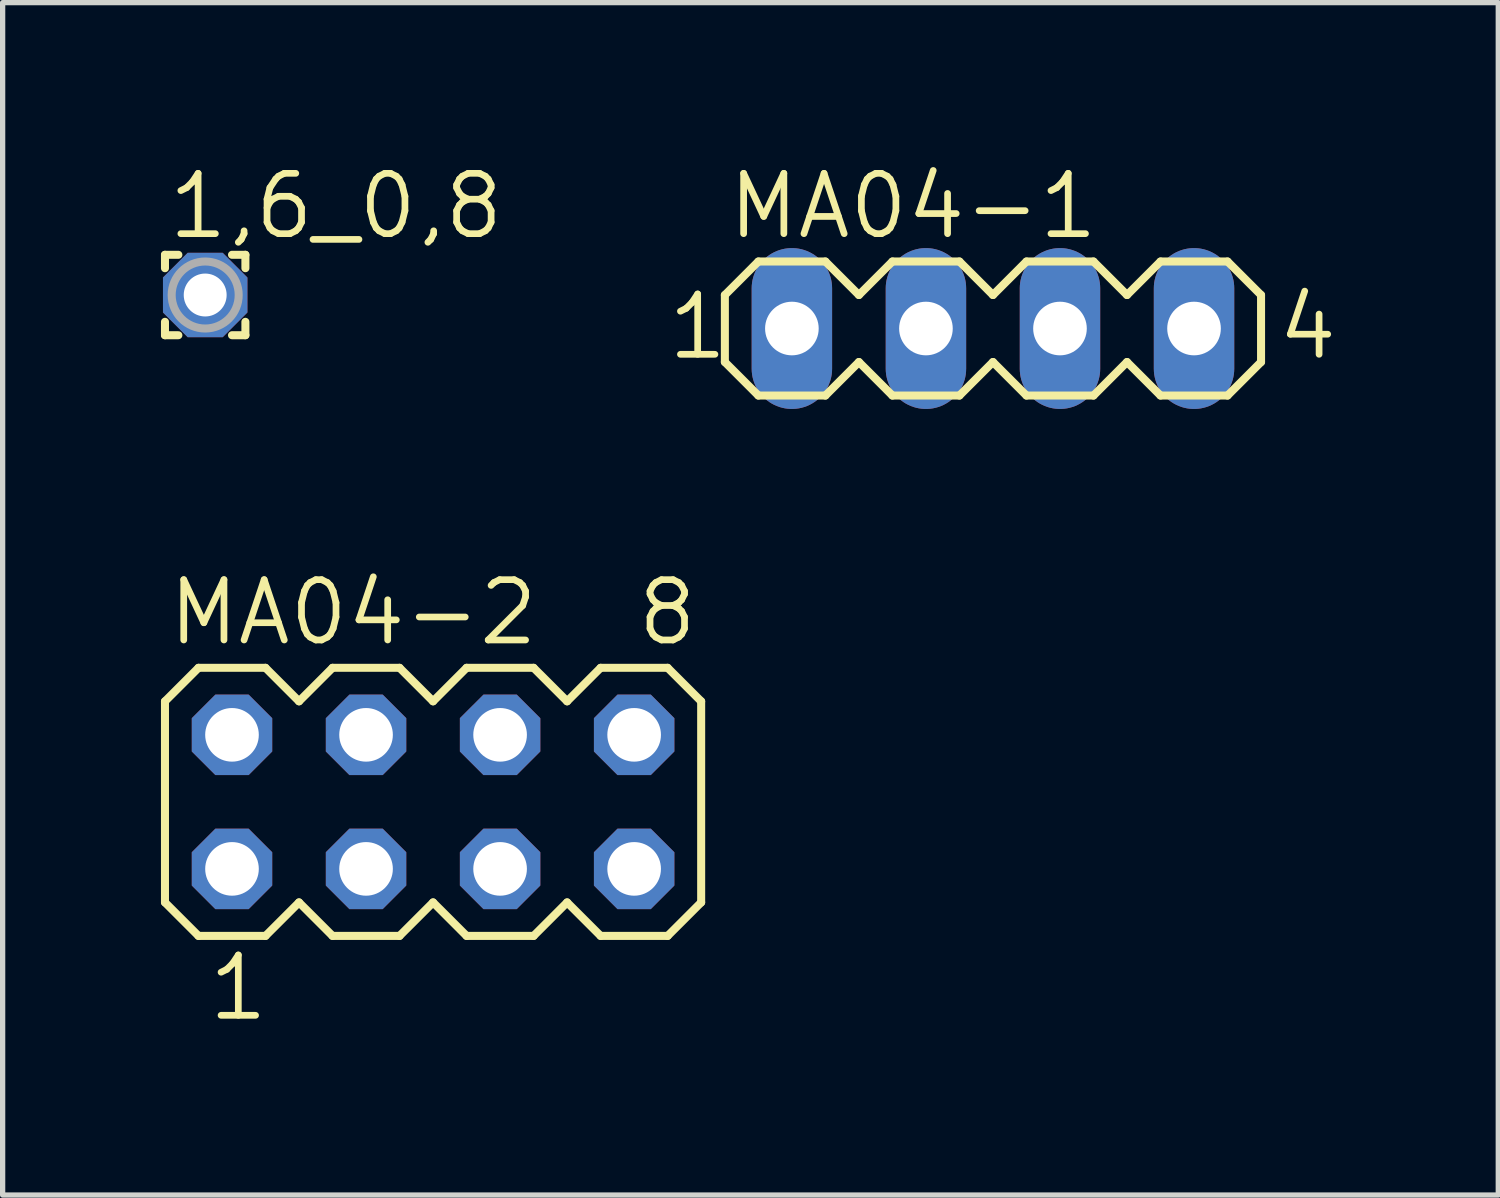
<source format=kicad_pcb>
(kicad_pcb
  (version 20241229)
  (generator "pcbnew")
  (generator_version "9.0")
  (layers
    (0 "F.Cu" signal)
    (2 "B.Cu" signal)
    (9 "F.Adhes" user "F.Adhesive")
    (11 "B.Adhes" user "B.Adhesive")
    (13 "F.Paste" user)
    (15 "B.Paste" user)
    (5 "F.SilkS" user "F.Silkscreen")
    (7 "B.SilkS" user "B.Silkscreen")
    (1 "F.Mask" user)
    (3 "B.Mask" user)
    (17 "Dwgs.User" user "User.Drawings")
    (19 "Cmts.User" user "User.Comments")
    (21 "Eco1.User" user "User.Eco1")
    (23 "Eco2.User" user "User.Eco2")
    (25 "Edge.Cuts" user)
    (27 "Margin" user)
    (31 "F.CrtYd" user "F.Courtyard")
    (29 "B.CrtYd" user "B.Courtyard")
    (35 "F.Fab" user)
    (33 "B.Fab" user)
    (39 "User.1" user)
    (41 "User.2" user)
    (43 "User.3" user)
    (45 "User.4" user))
  (footprint "1,6_0,8"
    (layer "F.Cu")
    (at 0.838 2.54)
    (property "Reference" "1,6_0,8" (at -0.762 -1.016 0) (unlocked yes) (layer "F.SilkS") (effects (font (size 1.143 1.143) (thickness 0.127)) (justify left bottom)))
    (fp_line (start -0.762 -0.762) (end -0.762 -0.508) (stroke (width 0.152) (type solid)) (layer "F.SilkS"))
    (fp_line (start -0.762 -0.762) (end -0.508 -0.762) (stroke (width 0.152) (type solid)) (layer "F.SilkS"))
    (fp_line (start -0.762 0.762) (end -0.762 0.508) (stroke (width 0.152) (type solid)) (layer "F.SilkS"))
    (fp_line (start -0.508 0.762) (end -0.762 0.762) (stroke (width 0.152) (type solid)) (layer "F.SilkS"))
    (fp_line (start 0.762 -0.762) (end 0.508 -0.762) (stroke (width 0.152) (type solid)) (layer "F.SilkS"))
    (fp_line (start 0.762 -0.762) (end 0.762 -0.508) (stroke (width 0.152) (type solid)) (layer "F.SilkS"))
    (fp_line (start 0.762 0.508) (end 0.762 0.762) (stroke (width 0.152) (type solid)) (layer "F.SilkS"))
    (fp_line (start 0.762 0.762) (end 0.508 0.762) (stroke (width 0.152) (type solid)) (layer "F.SilkS"))
    (fp_circle (center 0 0) (end 0.635 0) (stroke (width 0.152) (type solid)) (fill no) (layer "F.Fab"))
    (pad "1" thru_hole roundrect (at 0 0) (size 1.6 1.6) (drill 0.813) (layers "*.Cu" "*.Mask") (roundrect_rratio 0.25) (chamfer_ratio 0.293) (chamfer top_left top_right bottom_left bottom_right)))
  (footprint "MA04-1"
    (layer "F.Cu")
    (at 15.765 3.175)
    (property "Reference" "MA04-1" (at -5.08 -1.651 0) (unlocked yes) (layer "F.SilkS") (effects (font (size 1.143 1.143) (thickness 0.127)) (justify left bottom)))
    (fp_line (start -5.08 -0.635) (end -5.08 0.635) (stroke (width 0.152) (type solid)) (layer "F.SilkS"))
    (fp_line (start -5.08 0.635) (end -4.445 1.27) (stroke (width 0.152) (type solid)) (layer "F.SilkS"))
    (fp_line (start -4.445 -1.27) (end -5.08 -0.635) (stroke (width 0.152) (type solid)) (layer "F.SilkS"))
    (fp_line (start -4.445 -1.27) (end -3.175 -1.27) (stroke (width 0.152) (type solid)) (layer "F.SilkS"))
    (fp_line (start -3.175 -1.27) (end -2.54 -0.635) (stroke (width 0.152) (type solid)) (layer "F.SilkS"))
    (fp_line (start -3.175 1.27) (end -4.445 1.27) (stroke (width 0.152) (type solid)) (layer "F.SilkS"))
    (fp_line (start -2.54 -0.635) (end -1.905 -1.27) (stroke (width 0.152) (type solid)) (layer "F.SilkS"))
    (fp_line (start -2.54 0.635) (end -3.175 1.27) (stroke (width 0.152) (type solid)) (layer "F.SilkS"))
    (fp_line (start -1.905 -1.27) (end -0.635 -1.27) (stroke (width 0.152) (type solid)) (layer "F.SilkS"))
    (fp_line (start -1.905 1.27) (end -2.54 0.635) (stroke (width 0.152) (type solid)) (layer "F.SilkS"))
    (fp_line (start -0.635 -1.27) (end 0 -0.635) (stroke (width 0.152) (type solid)) (layer "F.SilkS"))
    (fp_line (start -0.635 1.27) (end -1.905 1.27) (stroke (width 0.152) (type solid)) (layer "F.SilkS"))
    (fp_line (start 0 -0.635) (end 0.635 -1.27) (stroke (width 0.152) (type solid)) (layer "F.SilkS"))
    (fp_line (start 0 0.635) (end -0.635 1.27) (stroke (width 0.152) (type solid)) (layer "F.SilkS"))
    (fp_line (start 0.635 -1.27) (end 1.905 -1.27) (stroke (width 0.152) (type solid)) (layer "F.SilkS"))
    (fp_line (start 0.635 1.27) (end 0 0.635) (stroke (width 0.152) (type solid)) (layer "F.SilkS"))
    (fp_line (start 1.905 -1.27) (end 2.54 -0.635) (stroke (width 0.152) (type solid)) (layer "F.SilkS"))
    (fp_line (start 1.905 1.27) (end 0.635 1.27) (stroke (width 0.152) (type solid)) (layer "F.SilkS"))
    (fp_line (start 2.54 0.635) (end 1.905 1.27) (stroke (width 0.152) (type solid)) (layer "F.SilkS"))
    (fp_line (start 2.54 0.635) (end 3.175 1.27) (stroke (width 0.152) (type solid)) (layer "F.SilkS"))
    (fp_line (start 3.175 -1.27) (end 2.54 -0.635) (stroke (width 0.152) (type solid)) (layer "F.SilkS"))
    (fp_line (start 3.175 -1.27) (end 4.445 -1.27) (stroke (width 0.152) (type solid)) (layer "F.SilkS"))
    (fp_line (start 4.445 -1.27) (end 5.08 -0.635) (stroke (width 0.152) (type solid)) (layer "F.SilkS"))
    (fp_line (start 4.445 1.27) (end 3.175 1.27) (stroke (width 0.152) (type solid)) (layer "F.SilkS"))
    (fp_line (start 5.08 -0.635) (end 5.08 0.635) (stroke (width 0.152) (type solid)) (layer "F.SilkS"))
    (fp_line (start 5.08 0.635) (end 4.445 1.27) (stroke (width 0.152) (type solid)) (layer "F.SilkS"))
    (fp_poly (pts (xy -4.064 0.254) (xy -3.556 0.254) (xy -3.556 -0.254) (xy -4.064 -0.254)) (stroke (width 0.1) (type default)) (fill no) (layer "F.Fab"))
    (fp_poly (pts (xy -1.524 0.254) (xy -1.016 0.254) (xy -1.016 -0.254) (xy -1.524 -0.254)) (stroke (width 0.1) (type default)) (fill no) (layer "F.Fab"))
    (fp_poly (pts (xy 1.016 0.254) (xy 1.524 0.254) (xy 1.524 -0.254) (xy 1.016 -0.254)) (stroke (width 0.1) (type default)) (fill no) (layer "F.Fab"))
    (fp_poly (pts (xy 3.556 0.254) (xy 4.064 0.254) (xy 4.064 -0.254) (xy 3.556 -0.254)) (stroke (width 0.1) (type default)) (fill no) (layer "F.Fab"))
    (fp_text user "1" (at -6.223 0.635 0) (unlocked yes) (layer "F.SilkS") (effects (font (size 1.143 1.143) (thickness 0.127)) (justify left bottom)))
    (fp_text user "4" (at 5.334 0.635 0) (unlocked yes) (layer "F.SilkS") (effects (font (size 1.143 1.143) (thickness 0.127)) (justify left bottom)))
    (pad "1" thru_hole oval (at -3.81 0 90) (size 3.048 1.524) (drill 1.016) (layers "*.Cu" "*.Mask"))
    (pad "2" thru_hole oval (at -1.27 0 90) (size 3.048 1.524) (drill 1.016) (layers "*.Cu" "*.Mask"))
    (pad "3" thru_hole oval (at 1.27 0 90) (size 3.048 1.524) (drill 1.016) (layers "*.Cu" "*.Mask"))
    (pad "4" thru_hole oval (at 3.81 0 90) (size 3.048 1.524) (drill 1.016) (layers "*.Cu" "*.Mask")))
  (footprint "MA04-2"
    (layer "F.Cu")
    (at 5.156 12.144)
    (property "Reference" "MA04-2" (at -5.08 -2.921 0) (unlocked yes) (layer "F.SilkS") (effects (font (size 1.143 1.143) (thickness 0.127)) (justify left bottom)))
    (fp_line (start -5.08 -1.905) (end -5.08 1.905) (stroke (width 0.152) (type solid)) (layer "F.SilkS"))
    (fp_line (start -5.08 1.905) (end -4.445 2.54) (stroke (width 0.152) (type solid)) (layer "F.SilkS"))
    (fp_line (start -4.445 -2.54) (end -5.08 -1.905) (stroke (width 0.152) (type solid)) (layer "F.SilkS"))
    (fp_line (start -4.445 -2.54) (end -3.175 -2.54) (stroke (width 0.152) (type solid)) (layer "F.SilkS"))
    (fp_line (start -3.175 -2.54) (end -2.54 -1.905) (stroke (width 0.152) (type solid)) (layer "F.SilkS"))
    (fp_line (start -3.175 2.54) (end -4.445 2.54) (stroke (width 0.152) (type solid)) (layer "F.SilkS"))
    (fp_line (start -2.54 -1.905) (end -1.905 -2.54) (stroke (width 0.152) (type solid)) (layer "F.SilkS"))
    (fp_line (start -2.54 1.905) (end -3.175 2.54) (stroke (width 0.152) (type solid)) (layer "F.SilkS"))
    (fp_line (start -1.905 -2.54) (end -0.635 -2.54) (stroke (width 0.152) (type solid)) (layer "F.SilkS"))
    (fp_line (start -1.905 2.54) (end -2.54 1.905) (stroke (width 0.152) (type solid)) (layer "F.SilkS"))
    (fp_line (start -0.635 -2.54) (end 0 -1.905) (stroke (width 0.152) (type solid)) (layer "F.SilkS"))
    (fp_line (start -0.635 2.54) (end -1.905 2.54) (stroke (width 0.152) (type solid)) (layer "F.SilkS"))
    (fp_line (start 0 -1.905) (end 0.635 -2.54) (stroke (width 0.152) (type solid)) (layer "F.SilkS"))
    (fp_line (start 0 1.905) (end -0.635 2.54) (stroke (width 0.152) (type solid)) (layer "F.SilkS"))
    (fp_line (start 0.635 -2.54) (end 1.905 -2.54) (stroke (width 0.152) (type solid)) (layer "F.SilkS"))
    (fp_line (start 0.635 2.54) (end 0 1.905) (stroke (width 0.152) (type solid)) (layer "F.SilkS"))
    (fp_line (start 1.905 -2.54) (end 2.54 -1.905) (stroke (width 0.152) (type solid)) (layer "F.SilkS"))
    (fp_line (start 1.905 2.54) (end 0.635 2.54) (stroke (width 0.152) (type solid)) (layer "F.SilkS"))
    (fp_line (start 2.54 1.905) (end 1.905 2.54) (stroke (width 0.152) (type solid)) (layer "F.SilkS"))
    (fp_line (start 2.54 1.905) (end 3.175 2.54) (stroke (width 0.152) (type solid)) (layer "F.SilkS"))
    (fp_line (start 3.175 -2.54) (end 2.54 -1.905) (stroke (width 0.152) (type solid)) (layer "F.SilkS"))
    (fp_line (start 3.175 -2.54) (end 4.445 -2.54) (stroke (width 0.152) (type solid)) (layer "F.SilkS"))
    (fp_line (start 4.445 -2.54) (end 5.08 -1.905) (stroke (width 0.152) (type solid)) (layer "F.SilkS"))
    (fp_line (start 4.445 2.54) (end 3.175 2.54) (stroke (width 0.152) (type solid)) (layer "F.SilkS"))
    (fp_line (start 5.08 -1.905) (end 5.08 1.905) (stroke (width 0.152) (type solid)) (layer "F.SilkS"))
    (fp_line (start 5.08 1.905) (end 4.445 2.54) (stroke (width 0.152) (type solid)) (layer "F.SilkS"))
    (fp_poly (pts (xy -4.064 -1.016) (xy -3.556 -1.016) (xy -3.556 -1.524) (xy -4.064 -1.524)) (stroke (width 0.1) (type default)) (fill no) (layer "F.Fab"))
    (fp_poly (pts (xy -4.064 1.524) (xy -3.556 1.524) (xy -3.556 1.016) (xy -4.064 1.016)) (stroke (width 0.1) (type default)) (fill no) (layer "F.Fab"))
    (fp_poly (pts (xy -1.524 -1.016) (xy -1.016 -1.016) (xy -1.016 -1.524) (xy -1.524 -1.524)) (stroke (width 0.1) (type default)) (fill no) (layer "F.Fab"))
    (fp_poly (pts (xy -1.524 1.524) (xy -1.016 1.524) (xy -1.016 1.016) (xy -1.524 1.016)) (stroke (width 0.1) (type default)) (fill no) (layer "F.Fab"))
    (fp_poly (pts (xy 1.016 -1.016) (xy 1.524 -1.016) (xy 1.524 -1.524) (xy 1.016 -1.524)) (stroke (width 0.1) (type default)) (fill no) (layer "F.Fab"))
    (fp_poly (pts (xy 1.016 1.524) (xy 1.524 1.524) (xy 1.524 1.016) (xy 1.016 1.016)) (stroke (width 0.1) (type default)) (fill no) (layer "F.Fab"))
    (fp_poly (pts (xy 3.556 -1.016) (xy 4.064 -1.016) (xy 4.064 -1.524) (xy 3.556 -1.524)) (stroke (width 0.1) (type default)) (fill no) (layer "F.Fab"))
    (fp_poly (pts (xy 3.556 1.524) (xy 4.064 1.524) (xy 4.064 1.016) (xy 3.556 1.016)) (stroke (width 0.1) (type default)) (fill no) (layer "F.Fab"))
    (fp_text user "1" (at -4.318 4.191 0) (unlocked yes) (layer "F.SilkS") (effects (font (size 1.143 1.143) (thickness 0.127)) (justify left bottom)))
    (fp_text user "8" (at 3.81 -2.921 0) (unlocked yes) (layer "F.SilkS") (effects (font (size 1.143 1.143) (thickness 0.127)) (justify left bottom)))
    (pad "1" thru_hole roundrect (at -3.81 1.27) (size 1.524 1.524) (drill 1.016) (layers "*.Cu" "*.Mask") (roundrect_rratio 0.25) (chamfer_ratio 0.293) (chamfer top_left top_right bottom_left bottom_right))
    (pad "2" thru_hole roundrect (at -3.81 -1.27) (size 1.524 1.524) (drill 1.016) (layers "*.Cu" "*.Mask") (roundrect_rratio 0.25) (chamfer_ratio 0.293) (chamfer top_left top_right bottom_left bottom_right))
    (pad "3" thru_hole roundrect (at -1.27 1.27) (size 1.524 1.524) (drill 1.016) (layers "*.Cu" "*.Mask") (roundrect_rratio 0.25) (chamfer_ratio 0.293) (chamfer top_left top_right bottom_left bottom_right))
    (pad "4" thru_hole roundrect (at -1.27 -1.27) (size 1.524 1.524) (drill 1.016) (layers "*.Cu" "*.Mask") (roundrect_rratio 0.25) (chamfer_ratio 0.293) (chamfer top_left top_right bottom_left bottom_right))
    (pad "5" thru_hole roundrect (at 1.27 1.27) (size 1.524 1.524) (drill 1.016) (layers "*.Cu" "*.Mask") (roundrect_rratio 0.25) (chamfer_ratio 0.293) (chamfer top_left top_right bottom_left bottom_right))
    (pad "6" thru_hole roundrect (at 1.27 -1.27) (size 1.524 1.524) (drill 1.016) (layers "*.Cu" "*.Mask") (roundrect_rratio 0.25) (chamfer_ratio 0.293) (chamfer top_left top_right bottom_left bottom_right))
    (pad "7" thru_hole roundrect (at 3.81 1.27) (size 1.524 1.524) (drill 1.016) (layers "*.Cu" "*.Mask") (roundrect_rratio 0.25) (chamfer_ratio 0.293) (chamfer top_left top_right bottom_left bottom_right))
    (pad "8" thru_hole roundrect (at 3.81 -1.27) (size 1.524 1.524) (drill 1.016) (layers "*.Cu" "*.Mask") (roundrect_rratio 0.25) (chamfer_ratio 0.293) (chamfer top_left top_right bottom_left bottom_right)))
  (gr_rect
    (start -3 -3)
    (end 25.34 19.594)
    (stroke (width 0.1) (type default))
    (fill no)
    (layer "Edge.Cuts")))
</source>
